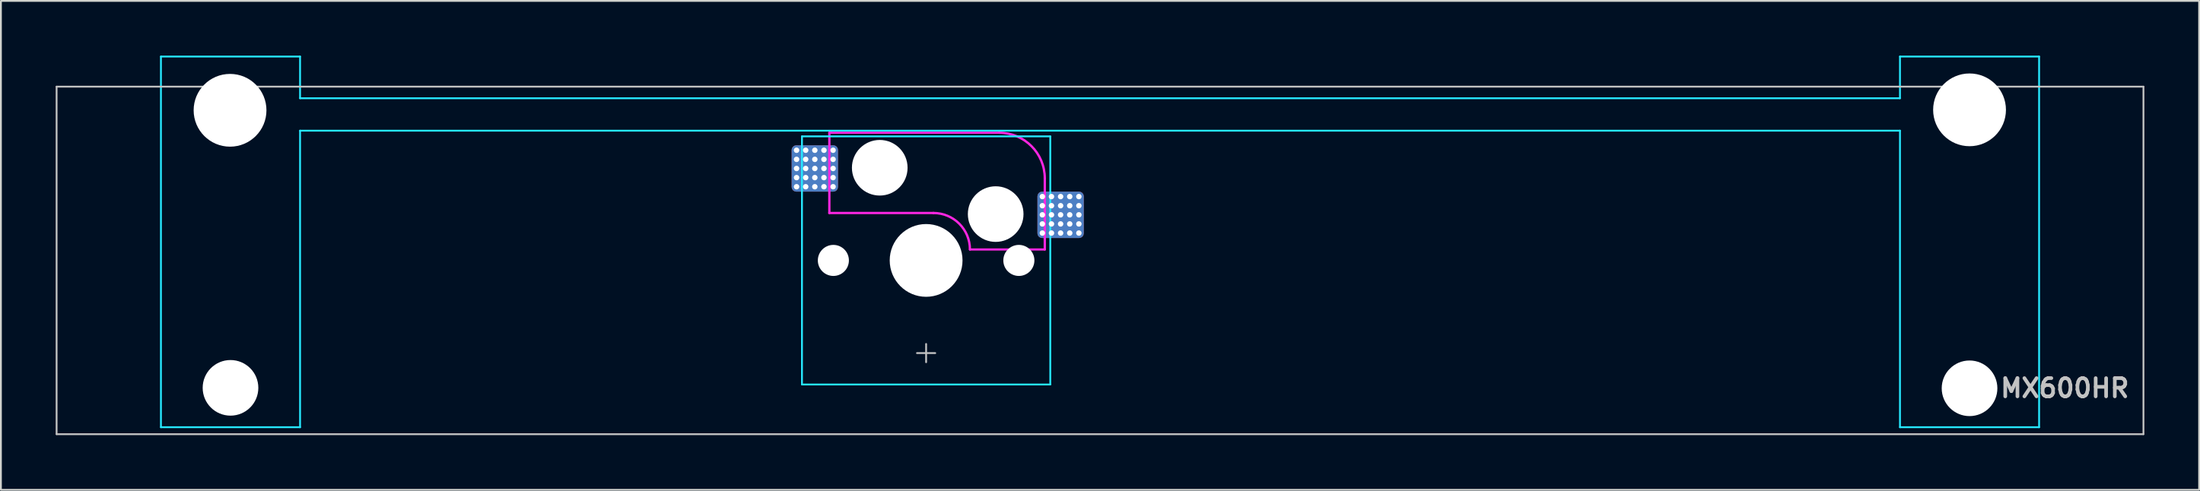
<source format=kicad_pcb>
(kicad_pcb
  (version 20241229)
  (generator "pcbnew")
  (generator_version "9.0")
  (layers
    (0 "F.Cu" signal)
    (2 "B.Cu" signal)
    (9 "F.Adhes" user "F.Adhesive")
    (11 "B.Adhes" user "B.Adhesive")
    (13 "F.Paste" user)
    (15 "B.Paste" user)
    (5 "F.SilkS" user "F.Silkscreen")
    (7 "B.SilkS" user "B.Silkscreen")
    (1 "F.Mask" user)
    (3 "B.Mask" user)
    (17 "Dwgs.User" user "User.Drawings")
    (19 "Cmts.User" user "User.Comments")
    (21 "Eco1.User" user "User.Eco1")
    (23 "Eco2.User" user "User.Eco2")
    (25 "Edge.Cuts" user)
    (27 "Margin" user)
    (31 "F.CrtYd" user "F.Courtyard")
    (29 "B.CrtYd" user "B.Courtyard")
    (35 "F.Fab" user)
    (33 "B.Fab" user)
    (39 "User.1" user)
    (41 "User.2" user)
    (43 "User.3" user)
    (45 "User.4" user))
  (footprint "MX600HR"
    (layer "F.Cu")
    (at 47.675 11.226)
    (property "Reference" "MX600HR" (at 66 7 0) (layer "Dwgs.User") (effects (font (size 1 1) (thickness 0.2)) (justify right)))
    (attr smd)
    (fp_line (start -47.625 -9.525) (end -47.625 9.525) (stroke (width 0.1) (type solid)) (layer "Dwgs.User"))
    (fp_line (start -47.625 -9.525) (end 66.675 -9.525) (stroke (width 0.1) (type solid)) (layer "Dwgs.User"))
    (fp_line (start -47.625 9.525) (end 66.675 9.525) (stroke (width 0.1) (type solid)) (layer "Dwgs.User"))
    (fp_line (start -0.5 5.08) (end 0.5 5.08) (stroke (width 0.1) (type solid)) (layer "Dwgs.User"))
    (fp_line (start 0 4.58) (end 0 5.58) (stroke (width 0.1) (type solid)) (layer "Dwgs.User"))
    (fp_line (start 66.675 -9.525) (end 66.675 9.525) (stroke (width 0.1) (type solid)) (layer "Dwgs.User"))
    (fp_line (start -41.6 -8.515) (end -41.6 5.485) (stroke (width 0.1) (type solid)) (layer "Eco1.User"))
    (fp_line (start -41.1 -9.015) (end -35.1 -9.015) (stroke (width 0.1) (type solid)) (layer "Eco1.User"))
    (fp_line (start -35.1 5.985) (end -41.1 5.985) (stroke (width 0.1) (type solid)) (layer "Eco1.User"))
    (fp_line (start -34.6 5.485) (end -34.6 -8.515) (stroke (width 0.1) (type solid)) (layer "Eco1.User"))
    (fp_line (start -7 -6.5) (end -7 6.5) (stroke (width 0.1) (type solid)) (layer "Eco1.User"))
    (fp_line (start -6.5 7) (end 6.5 7) (stroke (width 0.1) (type solid)) (layer "Eco1.User"))
    (fp_line (start 6.5 -7) (end -6.5 -7) (stroke (width 0.1) (type solid)) (layer "Eco1.User"))
    (fp_line (start 7 6.5) (end 7 -6.5) (stroke (width 0.1) (type solid)) (layer "Eco1.User"))
    (fp_line (start 53.65 -8.515) (end 53.65 5.485) (stroke (width 0.1) (type solid)) (layer "Eco1.User"))
    (fp_line (start 54.15 -9.015) (end 60.15 -9.015) (stroke (width 0.1) (type solid)) (layer "Eco1.User"))
    (fp_line (start 60.15 5.985) (end 54.15 5.985) (stroke (width 0.1) (type solid)) (layer "Eco1.User"))
    (fp_line (start 60.65 5.485) (end 60.65 -8.515) (stroke (width 0.1) (type solid)) (layer "Eco1.User"))
    (fp_arc (start -41.6 -8.515) (mid -41.453553 -8.868553) (end -41.1 -9.015) (stroke (width 0.1) (type solid)) (layer "Eco1.User"))
    (fp_arc (start -41.1 5.985) (mid -41.453553 5.838553) (end -41.6 5.485) (stroke (width 0.1) (type solid)) (layer "Eco1.User"))
    (fp_arc (start -35.1 -9.015) (mid -34.746447 -8.868553) (end -34.6 -8.515) (stroke (width 0.1) (type solid)) (layer "Eco1.User"))
    (fp_arc (start -34.6 5.485) (mid -34.746447 5.838553) (end -35.1 5.985) (stroke (width 0.1) (type solid)) (layer "Eco1.User"))
    (fp_arc (start -7 -6.5) (mid -6.853553 -6.853553) (end -6.5 -7) (stroke (width 0.1) (type solid)) (layer "Eco1.User"))
    (fp_arc (start -6.5 7) (mid -6.853553 6.853553) (end -7 6.5) (stroke (width 0.1) (type solid)) (layer "Eco1.User"))
    (fp_arc (start 6.5 -7) (mid 6.853553 -6.853553) (end 7 -6.5) (stroke (width 0.1) (type solid)) (layer "Eco1.User"))
    (fp_arc (start 7 6.5) (mid 6.853553 6.853553) (end 6.5 7) (stroke (width 0.1) (type solid)) (layer "Eco1.User"))
    (fp_arc (start 53.65 -8.515) (mid 53.796447 -8.868553) (end 54.15 -9.015) (stroke (width 0.1) (type solid)) (layer "Eco1.User"))
    (fp_arc (start 54.15 5.985) (mid 53.796447 5.838553) (end 53.65 5.485) (stroke (width 0.1) (type solid)) (layer "Eco1.User"))
    (fp_arc (start 60.15 -9.015) (mid 60.503553 -8.868553) (end 60.65 -8.515) (stroke (width 0.1) (type solid)) (layer "Eco1.User"))
    (fp_arc (start 60.65 5.485) (mid 60.503553 5.838553) (end 60.15 5.985) (stroke (width 0.1) (type solid)) (layer "Eco1.User"))
    (fp_line (start -41.91 -11.176) (end -34.29 -11.176) (stroke (width 0.1) (type solid)) (layer "B.CrtYd"))
    (fp_line (start -41.91 9.144) (end -41.91 -11.176) (stroke (width 0.1) (type solid)) (layer "B.CrtYd"))
    (fp_line (start -41.91 9.144) (end -34.29 9.144) (stroke (width 0.1) (type solid)) (layer "B.CrtYd"))
    (fp_line (start -34.29 -8.89) (end -34.29 -11.176) (stroke (width 0.1) (type solid)) (layer "B.CrtYd"))
    (fp_line (start -34.29 -7.112) (end -34.29 9.144) (stroke (width 0.1) (type solid)) (layer "B.CrtYd"))
    (fp_line (start -6.8 -6.8) (end -6.8 6.8) (stroke (width 0.1) (type solid)) (layer "B.CrtYd"))
    (fp_line (start 6.8 -6.8) (end -6.8 -6.8) (stroke (width 0.1) (type solid)) (layer "B.CrtYd"))
    (fp_line (start 6.8 -6.8) (end 6.8 6.8) (stroke (width 0.1) (type solid)) (layer "B.CrtYd"))
    (fp_line (start 6.8 6.8) (end -6.8 6.8) (stroke (width 0.1) (type solid)) (layer "B.CrtYd"))
    (fp_line (start 53.34 -8.89) (end -34.29 -8.89) (stroke (width 0.1) (type solid)) (layer "B.CrtYd"))
    (fp_line (start 53.34 -8.89) (end 53.34 -11.176) (stroke (width 0.1) (type solid)) (layer "B.CrtYd"))
    (fp_line (start 53.34 -7.112) (end -34.29 -7.112) (stroke (width 0.1) (type solid)) (layer "B.CrtYd"))
    (fp_line (start 53.34 -7.112) (end 53.34 9.144) (stroke (width 0.1) (type solid)) (layer "B.CrtYd"))
    (fp_line (start 60.96 -11.176) (end 53.34 -11.176) (stroke (width 0.1) (type solid)) (layer "B.CrtYd"))
    (fp_line (start 60.96 9.144) (end 53.34 9.144) (stroke (width 0.1) (type solid)) (layer "B.CrtYd"))
    (fp_line (start 60.96 9.144) (end 60.96 -11.176) (stroke (width 0.1) (type solid)) (layer "B.CrtYd"))
    (fp_line (start -5.3 -7) (end -5.3 -2.6) (stroke (width 0.127) (type solid)) (layer "F.CrtYd"))
    (fp_line (start -5.2 -7) (end -5.3 -7) (stroke (width 0.12) (type solid)) (layer "F.CrtYd"))
    (fp_line (start 0.4 -2.6) (end -5.3 -2.6) (stroke (width 0.127) (type solid)) (layer "F.CrtYd"))
    (fp_line (start 4 -7) (end -5.2 -7) (stroke (width 0.12) (type solid)) (layer "F.CrtYd"))
    (fp_line (start 6.5 -4.5) (end 6.5 -0.6) (stroke (width 0.127) (type solid)) (layer "F.CrtYd"))
    (fp_line (start 6.5 -0.6) (end 2.4 -0.6) (stroke (width 0.12) (type solid)) (layer "F.CrtYd"))
    (fp_arc (start 0.4 -2.6) (mid 1.814214 -2.014214) (end 2.4 -0.6) (stroke (width 0.127) (type solid)) (layer "F.CrtYd"))
    (fp_arc (start 4 -7) (mid 5.767767 -6.267767) (end 6.5 -4.5) (stroke (width 0.127) (type solid)) (layer "F.CrtYd"))
    (pad "" np_thru_hole circle (at -38.125 -8.23 180) (size 3.988 3.988) (drill 3.988) (layers "*.Cu" "*.Mask"))
    (pad "" np_thru_hole circle (at -38.1 6.985 180) (size 3.048 3.048) (drill 3.048) (layers "*.Cu" "*.Mask"))
    (pad "" np_thru_hole circle (at -5.08 0) (size 1.702 1.702) (drill 1.702) (layers "*.Cu" "*.Mask"))
    (pad "" np_thru_hole circle (at -2.54 -5.08) (size 3.048 3.048) (drill 3.048) (layers "*.Cu" "*.Mask"))
    (pad "" np_thru_hole circle (at 0 0) (size 3.988 3.988) (drill 3.988) (layers "*.Cu" "*.Mask"))
    (pad "" np_thru_hole circle (at 3.81 -2.54) (size 3.048 3.048) (drill 3.048) (layers "*.Cu" "*.Mask"))
    (pad "" np_thru_hole circle (at 5.08 0) (size 1.702 1.702) (drill 1.702) (layers "*.Cu" "*.Mask"))
    (pad "" np_thru_hole circle (at 57.15 -8.255 180) (size 3.988 3.988) (drill 3.988) (layers "*.Cu" "*.Mask"))
    (pad "" np_thru_hole circle (at 57.15 7.01 180) (size 3.048 3.048) (drill 3.048) (layers "*.Cu" "*.Mask"))
    (pad "1" thru_hole circle (at -7.096 -6.04) (size 0.3 0.3) (drill 0.3) (layers "*.Cu" "F.Mask"))
    (pad "1" thru_hole circle (at -7.096 -5.54) (size 0.3 0.3) (drill 0.3) (layers "*.Cu" "F.Mask"))
    (pad "1" thru_hole circle (at -7.096 -5.04) (size 0.3 0.3) (drill 0.3) (layers "*.Cu" "F.Mask"))
    (pad "1" thru_hole circle (at -7.096 -4.54) (size 0.3 0.3) (drill 0.3) (layers "*.Cu" "F.Mask"))
    (pad "1" thru_hole circle (at -7.096 -4.04) (size 0.3 0.3) (drill 0.3) (layers "*.Cu" "F.Mask"))
    (pad "1" thru_hole circle (at -6.596 -6.04) (size 0.3 0.3) (drill 0.3) (layers "*.Cu" "F.Mask"))
    (pad "1" thru_hole circle (at -6.596 -5.54) (size 0.3 0.3) (drill 0.3) (layers "*.Cu" "F.Mask"))
    (pad "1" thru_hole circle (at -6.596 -5.04) (size 0.3 0.3) (drill 0.3) (layers "*.Cu" "F.Mask"))
    (pad "1" thru_hole circle (at -6.596 -4.54) (size 0.3 0.3) (drill 0.3) (layers "*.Cu" "F.Mask"))
    (pad "1" thru_hole circle (at -6.596 -4.04) (size 0.3 0.3) (drill 0.3) (layers "*.Cu" "F.Mask"))
    (pad "1" thru_hole circle (at -6.096 -6.04) (size 0.3 0.3) (drill 0.3) (layers "*.Cu" "F.Mask"))
    (pad "1" thru_hole circle (at -6.096 -5.54) (size 0.3 0.3) (drill 0.3) (layers "*.Cu" "F.Mask"))
    (pad "1" thru_hole circle (at -6.096 -5.04) (size 0.3 0.3) (drill 0.3) (layers "*.Cu" "F.Mask"))
    (pad "1" smd roundrect (at -6.096 -5.04) (size 2.54 2.54) (layers "F.Cu" "F.Mask") (roundrect_rratio 0.1))
    (pad "1" smd roundrect (at -6.096 -5.04) (size 2.54 2.54) (layers "B.Cu") (roundrect_rratio 0.1))
    (pad "1" thru_hole circle (at -6.096 -4.54) (size 0.3 0.3) (drill 0.3) (layers "*.Cu" "F.Mask"))
    (pad "1" thru_hole circle (at -6.096 -4.04) (size 0.3 0.3) (drill 0.3) (layers "*.Cu" "F.Mask"))
    (pad "1" thru_hole circle (at -5.596 -6.04) (size 0.3 0.3) (drill 0.3) (layers "*.Cu" "F.Mask"))
    (pad "1" thru_hole circle (at -5.596 -5.54) (size 0.3 0.3) (drill 0.3) (layers "*.Cu" "F.Mask"))
    (pad "1" thru_hole circle (at -5.596 -5.04) (size 0.3 0.3) (drill 0.3) (layers "*.Cu" "F.Mask"))
    (pad "1" thru_hole circle (at -5.596 -4.54) (size 0.3 0.3) (drill 0.3) (layers "*.Cu" "F.Mask"))
    (pad "1" thru_hole circle (at -5.596 -4.04) (size 0.3 0.3) (drill 0.3) (layers "*.Cu" "F.Mask"))
    (pad "1" thru_hole circle (at -5.096 -6.04) (size 0.3 0.3) (drill 0.3) (layers "*.Cu" "F.Mask"))
    (pad "1" thru_hole circle (at -5.096 -5.54) (size 0.3 0.3) (drill 0.3) (layers "*.Cu" "F.Mask"))
    (pad "1" thru_hole circle (at -5.096 -5.04) (size 0.3 0.3) (drill 0.3) (layers "*.Cu" "F.Mask"))
    (pad "1" thru_hole circle (at -5.096 -4.54) (size 0.3 0.3) (drill 0.3) (layers "*.Cu" "F.Mask"))
    (pad "1" thru_hole circle (at -5.096 -4.04) (size 0.3 0.3) (drill 0.3) (layers "*.Cu" "F.Mask"))
    (pad "2" thru_hole circle (at 6.366 -3.5) (size 0.3 0.3) (drill 0.3) (layers "*.Cu" "F.Mask"))
    (pad "2" thru_hole circle (at 6.366 -3) (size 0.3 0.3) (drill 0.3) (layers "*.Cu" "F.Mask"))
    (pad "2" thru_hole circle (at 6.366 -2.5) (size 0.3 0.3) (drill 0.3) (layers "*.Cu" "F.Mask"))
    (pad "2" thru_hole circle (at 6.366 -2) (size 0.3 0.3) (drill 0.3) (layers "*.Cu" "F.Mask"))
    (pad "2" thru_hole circle (at 6.366 -1.5) (size 0.3 0.3) (drill 0.3) (layers "*.Cu" "F.Mask"))
    (pad "2" thru_hole circle (at 6.866 -3.5) (size 0.3 0.3) (drill 0.3) (layers "*.Cu" "F.Mask"))
    (pad "2" thru_hole circle (at 6.866 -3) (size 0.3 0.3) (drill 0.3) (layers "*.Cu" "F.Mask"))
    (pad "2" thru_hole circle (at 6.866 -2.5) (size 0.3 0.3) (drill 0.3) (layers "*.Cu" "F.Mask"))
    (pad "2" thru_hole circle (at 6.866 -2) (size 0.3 0.3) (drill 0.3) (layers "*.Cu" "F.Mask"))
    (pad "2" thru_hole circle (at 6.866 -1.5) (size 0.3 0.3) (drill 0.3) (layers "*.Cu" "F.Mask"))
    (pad "2" thru_hole circle (at 7.366 -3.5) (size 0.3 0.3) (drill 0.3) (layers "*.Cu" "F.Mask"))
    (pad "2" thru_hole circle (at 7.366 -3) (size 0.3 0.3) (drill 0.3) (layers "*.Cu" "F.Mask"))
    (pad "2" thru_hole circle (at 7.366 -2.5) (size 0.3 0.3) (drill 0.3) (layers "*.Cu" "F.Mask"))
    (pad "2" smd roundrect (at 7.366 -2.5) (size 2.54 2.54) (layers "F.Cu" "F.Mask") (roundrect_rratio 0.1))
    (pad "2" smd roundrect (at 7.366 -2.5) (size 2.54 2.54) (layers "B.Cu") (roundrect_rratio 0.1))
    (pad "2" thru_hole circle (at 7.366 -2) (size 0.3 0.3) (drill 0.3) (layers "*.Cu" "F.Mask"))
    (pad "2" thru_hole circle (at 7.366 -1.5) (size 0.3 0.3) (drill 0.3) (layers "*.Cu" "F.Mask"))
    (pad "2" thru_hole circle (at 7.866 -3.5) (size 0.3 0.3) (drill 0.3) (layers "*.Cu" "F.Mask"))
    (pad "2" thru_hole circle (at 7.866 -3) (size 0.3 0.3) (drill 0.3) (layers "*.Cu" "F.Mask"))
    (pad "2" thru_hole circle (at 7.866 -2.5) (size 0.3 0.3) (drill 0.3) (layers "*.Cu" "F.Mask"))
    (pad "2" thru_hole circle (at 7.866 -2) (size 0.3 0.3) (drill 0.3) (layers "*.Cu" "F.Mask"))
    (pad "2" thru_hole circle (at 7.866 -1.5) (size 0.3 0.3) (drill 0.3) (layers "*.Cu" "F.Mask"))
    (pad "2" thru_hole circle (at 8.366 -3.5) (size 0.3 0.3) (drill 0.3) (layers "*.Cu" "F.Mask"))
    (pad "2" thru_hole circle (at 8.366 -3) (size 0.3 0.3) (drill 0.3) (layers "*.Cu" "F.Mask"))
    (pad "2" thru_hole circle (at 8.366 -2.5) (size 0.3 0.3) (drill 0.3) (layers "*.Cu" "F.Mask"))
    (pad "2" thru_hole circle (at 8.366 -2) (size 0.3 0.3) (drill 0.3) (layers "*.Cu" "F.Mask"))
    (pad "2" thru_hole circle (at 8.366 -1.5) (size 0.3 0.3) (drill 0.3) (layers "*.Cu" "F.Mask")))
  (gr_rect
    (start -3 -3)
    (end 117.4 23.801)
    (stroke (width 0.1) (type default))
    (fill no)
    (layer "Edge.Cuts")))
</source>
